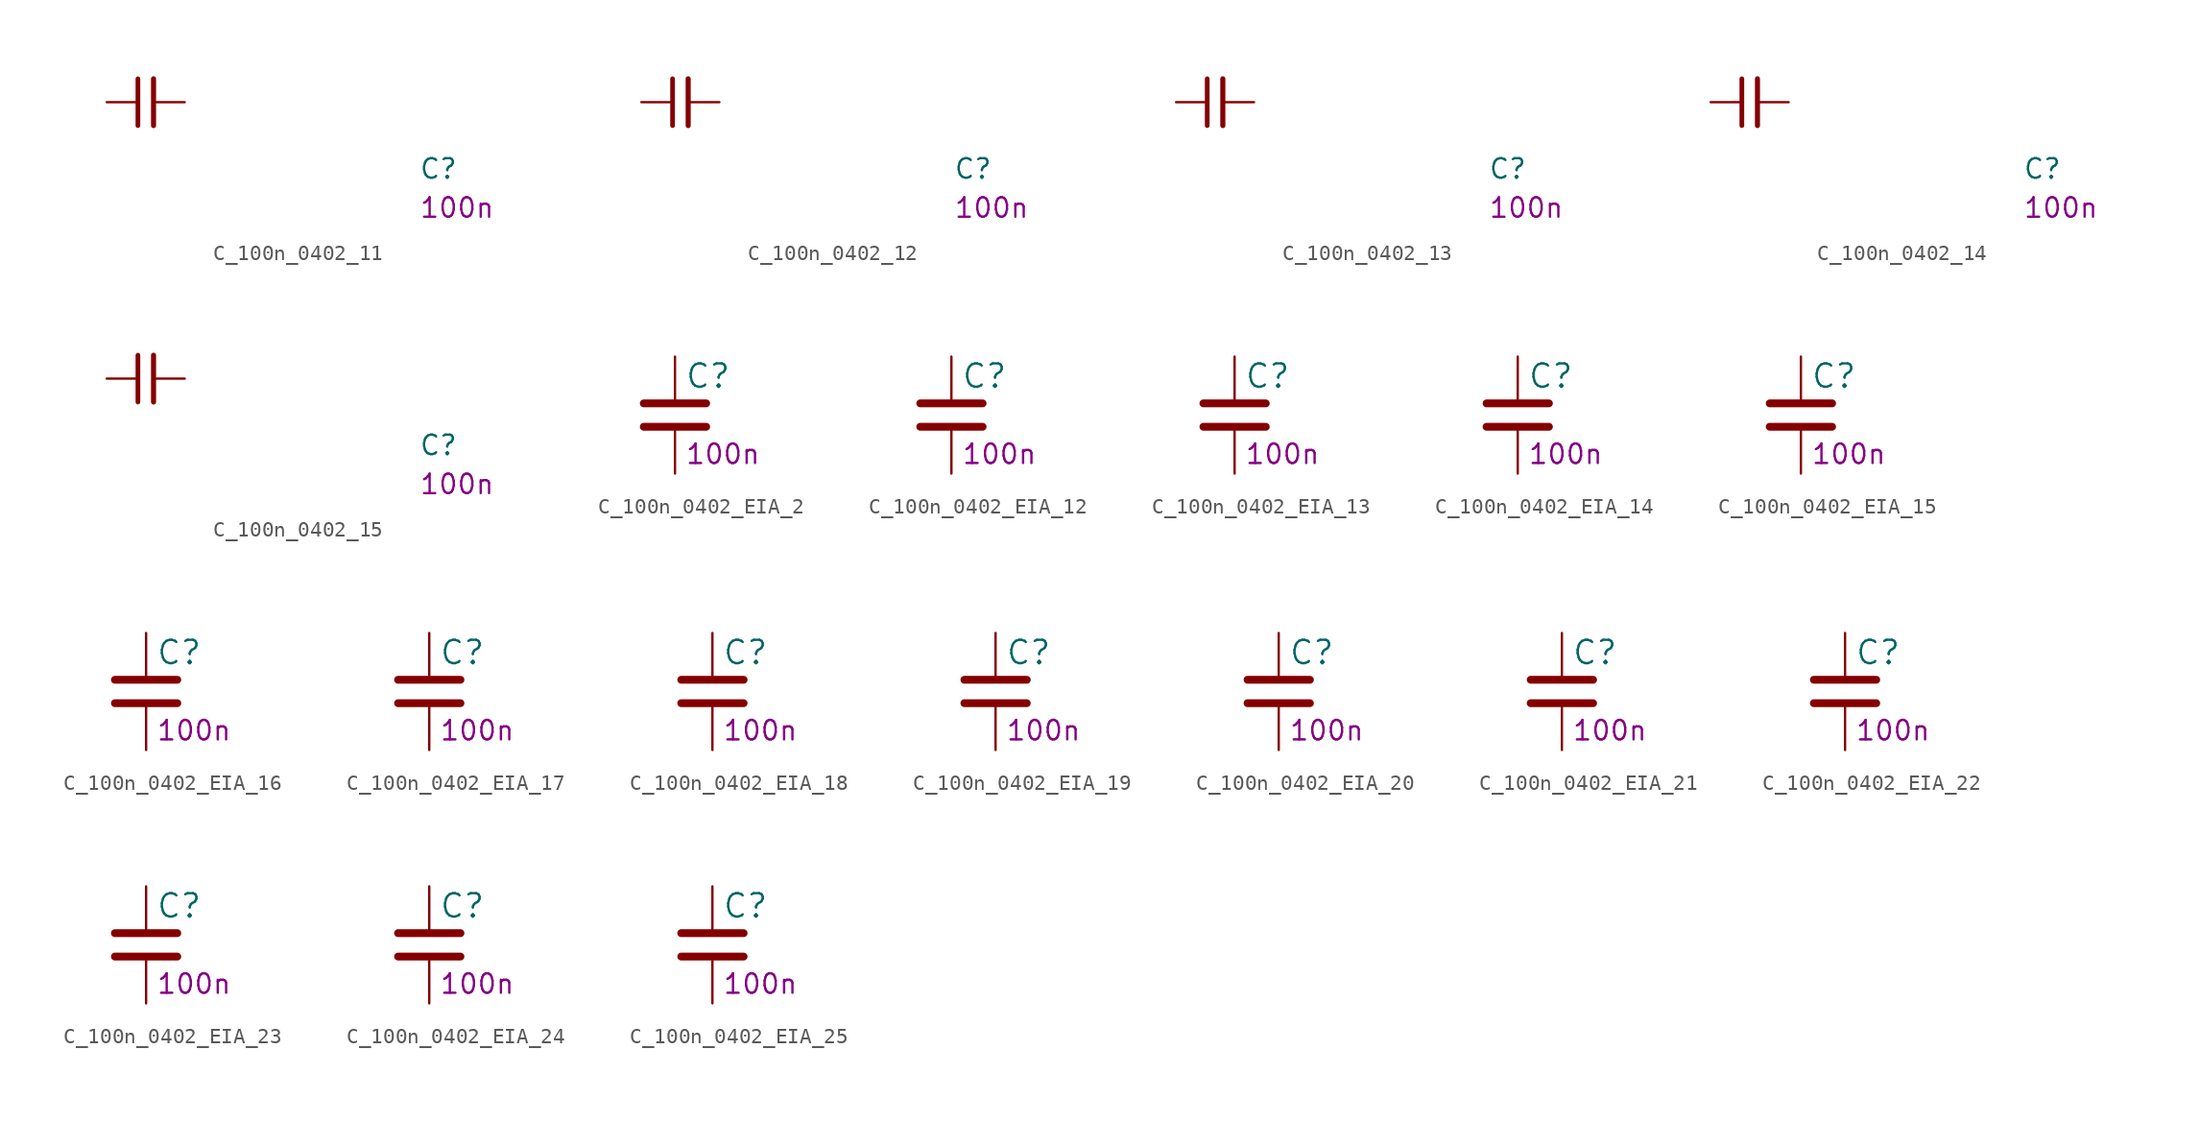
<source format=kicad_sym>
(kicad_symbol_lib
  (version 20211014)
  (generator kicad_symbol_editor)
  (symbol "K410T-devboard:C_100n_0402_11"
    (pin_numbers hide)
    (pin_names hide)
    (property "Reference" "C"
      (at 20.32 -5.08 0)
      (effects (font (size 1.27 1.27) (thickness 0.15)) (justify left bottom)))
    (property "Val" "100n"
      (at 20.32 -7.62 0)
      (effects (font (size 1.27 1.27) (thickness 0.15)) (justify left bottom)))
    (symbol "C_100n_0402_11_0_1"
      (polyline (pts (xy 2.032 -1.524) (xy 2.032 1.524)) (stroke (width 0.305) (type default)) (fill (type none)))
      (polyline (pts (xy 3.048 -1.524) (xy 3.048 1.524)) (stroke (width 0.33) (type default)) (fill (type none))))
    (symbol "C_100n_0402_11_1_1"
      (pin passive line (at 0 0 0) (length 2.032) (name "~" (effects (font (size 1.27 1.27)))) (number "1" (effects (font (size 1.27 1.27)))))
      (pin passive line (at 5.08 0 180) (length 2.032) (name "~" (effects (font (size 1.27 1.27)))) (number "2" (effects (font (size 1.27 1.27)))))))
  (symbol "K410T-devboard:C_100n_0402_12"
    (pin_numbers hide)
    (pin_names hide)
    (property "Reference" "C"
      (at 20.32 -5.08 0)
      (effects (font (size 1.27 1.27) (thickness 0.15)) (justify left bottom)))
    (property "Val" "100n"
      (at 20.32 -7.62 0)
      (effects (font (size 1.27 1.27) (thickness 0.15)) (justify left bottom)))
    (symbol "C_100n_0402_12_0_1"
      (polyline (pts (xy 2.032 -1.524) (xy 2.032 1.524)) (stroke (width 0.305) (type default)) (fill (type none)))
      (polyline (pts (xy 3.048 -1.524) (xy 3.048 1.524)) (stroke (width 0.33) (type default)) (fill (type none))))
    (symbol "C_100n_0402_12_1_1"
      (pin passive line (at 0 0 0) (length 2.032) (name "~" (effects (font (size 1.27 1.27)))) (number "1" (effects (font (size 1.27 1.27)))))
      (pin passive line (at 5.08 0 180) (length 2.032) (name "~" (effects (font (size 1.27 1.27)))) (number "2" (effects (font (size 1.27 1.27)))))))
  (symbol "K410T-devboard:C_100n_0402_13"
    (pin_numbers hide)
    (pin_names hide)
    (property "Reference" "C"
      (at 20.32 -5.08 0)
      (effects (font (size 1.27 1.27) (thickness 0.15)) (justify left bottom)))
    (property "Val" "100n"
      (at 20.32 -7.62 0)
      (effects (font (size 1.27 1.27) (thickness 0.15)) (justify left bottom)))
    (symbol "C_100n_0402_13_0_1"
      (polyline (pts (xy 2.032 -1.524) (xy 2.032 1.524)) (stroke (width 0.305) (type default)) (fill (type none)))
      (polyline (pts (xy 3.048 -1.524) (xy 3.048 1.524)) (stroke (width 0.33) (type default)) (fill (type none))))
    (symbol "C_100n_0402_13_1_1"
      (pin passive line (at 0 0 0) (length 2.032) (name "~" (effects (font (size 1.27 1.27)))) (number "1" (effects (font (size 1.27 1.27)))))
      (pin passive line (at 5.08 0 180) (length 2.032) (name "~" (effects (font (size 1.27 1.27)))) (number "2" (effects (font (size 1.27 1.27)))))))
  (symbol "K410T-devboard:C_100n_0402_14"
    (pin_numbers hide)
    (pin_names hide)
    (property "Reference" "C"
      (at 20.32 -5.08 0)
      (effects (font (size 1.27 1.27) (thickness 0.15)) (justify left bottom)))
    (property "Val" "100n"
      (at 20.32 -7.62 0)
      (effects (font (size 1.27 1.27) (thickness 0.15)) (justify left bottom)))
    (symbol "C_100n_0402_14_0_1"
      (polyline (pts (xy 2.032 -1.524) (xy 2.032 1.524)) (stroke (width 0.305) (type default)) (fill (type none)))
      (polyline (pts (xy 3.048 -1.524) (xy 3.048 1.524)) (stroke (width 0.33) (type default)) (fill (type none))))
    (symbol "C_100n_0402_14_1_1"
      (pin passive line (at 0 0 0) (length 2.032) (name "~" (effects (font (size 1.27 1.27)))) (number "1" (effects (font (size 1.27 1.27)))))
      (pin passive line (at 5.08 0 180) (length 2.032) (name "~" (effects (font (size 1.27 1.27)))) (number "2" (effects (font (size 1.27 1.27)))))))
  (symbol "K410T-devboard:C_100n_0402_15"
    (pin_numbers hide)
    (pin_names hide)
    (property "Reference" "C"
      (at 20.32 -5.08 0)
      (effects (font (size 1.27 1.27) (thickness 0.15)) (justify left bottom)))
    (property "Val" "100n"
      (at 20.32 -7.62 0)
      (effects (font (size 1.27 1.27) (thickness 0.15)) (justify left bottom)))
    (symbol "C_100n_0402_15_0_1"
      (polyline (pts (xy 2.032 -1.524) (xy 2.032 1.524)) (stroke (width 0.305) (type default)) (fill (type none)))
      (polyline (pts (xy 3.048 -1.524) (xy 3.048 1.524)) (stroke (width 0.33) (type default)) (fill (type none))))
    (symbol "C_100n_0402_15_1_1"
      (pin passive line (at 0 0 0) (length 2.032) (name "~" (effects (font (size 1.27 1.27)))) (number "1" (effects (font (size 1.27 1.27)))))
      (pin passive line (at 5.08 0 180) (length 2.032) (name "~" (effects (font (size 1.27 1.27)))) (number "2" (effects (font (size 1.27 1.27)))))))
  (symbol "K410T-devboard:C_100n_0402_EIA_2"
    (pin_names
      (offset 0))
    (property "Reference" "C"
      (at 0.635 2.54 0)
      (effects (font (size 1.524 1.524)) (justify left)))
    (property "Val" "100n"
      (at 0.635 -2.54 0)
      (effects (font (size 1.27 1.27)) (justify left)))
    (symbol "C_100n_0402_EIA_2_1_1"
      (polyline (pts (xy -2.032 -0.762) (xy 2.032 -0.762)) (stroke (width 0.508) (type default)) (fill (type none)))
      (polyline (pts (xy -2.032 0.762) (xy 2.032 0.762)) (stroke (width 0.508) (type default)) (fill (type none)))
      (pin passive line (at 0 3.81 270) (length 2.794) (name "~" (effects (font (size 0 0)))) (number "1" (effects (font (size 0 0)))))
      (pin passive line (at 0 -3.81 90) (length 2.794) (name "~" (effects (font (size 0 0)))) (number "2" (effects (font (size 0 0)))))))
  (symbol "K410T-devboard:C_100n_0402_EIA_12"
    (pin_names
      (offset 0))
    (property "Reference" "C"
      (at 0.635 2.54 0)
      (effects (font (size 1.524 1.524)) (justify left)))
    (property "Val" "100n"
      (at 0.635 -2.54 0)
      (effects (font (size 1.27 1.27)) (justify left)))
    (symbol "C_100n_0402_EIA_12_1_1"
      (polyline (pts (xy -2.032 -0.762) (xy 2.032 -0.762)) (stroke (width 0.508) (type default)) (fill (type none)))
      (polyline (pts (xy -2.032 0.762) (xy 2.032 0.762)) (stroke (width 0.508) (type default)) (fill (type none)))
      (pin passive line (at 0 3.81 270) (length 2.794) (name "~" (effects (font (size 0 0)))) (number "1" (effects (font (size 0 0)))))
      (pin passive line (at 0 -3.81 90) (length 2.794) (name "~" (effects (font (size 0 0)))) (number "2" (effects (font (size 0 0)))))))
  (symbol "K410T-devboard:C_100n_0402_EIA_13"
    (pin_names
      (offset 0))
    (property "Reference" "C"
      (at 0.635 2.54 0)
      (effects (font (size 1.524 1.524)) (justify left)))
    (property "Val" "100n"
      (at 0.635 -2.54 0)
      (effects (font (size 1.27 1.27)) (justify left)))
    (symbol "C_100n_0402_EIA_13_1_1"
      (polyline (pts (xy -2.032 -0.762) (xy 2.032 -0.762)) (stroke (width 0.508) (type default)) (fill (type none)))
      (polyline (pts (xy -2.032 0.762) (xy 2.032 0.762)) (stroke (width 0.508) (type default)) (fill (type none)))
      (pin passive line (at 0 3.81 270) (length 2.794) (name "~" (effects (font (size 0 0)))) (number "1" (effects (font (size 0 0)))))
      (pin passive line (at 0 -3.81 90) (length 2.794) (name "~" (effects (font (size 0 0)))) (number "2" (effects (font (size 0 0)))))))
  (symbol "K410T-devboard:C_100n_0402_EIA_14"
    (pin_names
      (offset 0))
    (property "Reference" "C"
      (at 0.635 2.54 0)
      (effects (font (size 1.524 1.524)) (justify left)))
    (property "Val" "100n"
      (at 0.635 -2.54 0)
      (effects (font (size 1.27 1.27)) (justify left)))
    (symbol "C_100n_0402_EIA_14_1_1"
      (polyline (pts (xy -2.032 -0.762) (xy 2.032 -0.762)) (stroke (width 0.508) (type default)) (fill (type none)))
      (polyline (pts (xy -2.032 0.762) (xy 2.032 0.762)) (stroke (width 0.508) (type default)) (fill (type none)))
      (pin passive line (at 0 3.81 270) (length 2.794) (name "~" (effects (font (size 0 0)))) (number "1" (effects (font (size 0 0)))))
      (pin passive line (at 0 -3.81 90) (length 2.794) (name "~" (effects (font (size 0 0)))) (number "2" (effects (font (size 0 0)))))))
  (symbol "K410T-devboard:C_100n_0402_EIA_15"
    (pin_names
      (offset 0))
    (property "Reference" "C"
      (at 0.635 2.54 0)
      (effects (font (size 1.524 1.524)) (justify left)))
    (property "Val" "100n"
      (at 0.635 -2.54 0)
      (effects (font (size 1.27 1.27)) (justify left)))
    (symbol "C_100n_0402_EIA_15_1_1"
      (polyline (pts (xy -2.032 -0.762) (xy 2.032 -0.762)) (stroke (width 0.508) (type default)) (fill (type none)))
      (polyline (pts (xy -2.032 0.762) (xy 2.032 0.762)) (stroke (width 0.508) (type default)) (fill (type none)))
      (pin passive line (at 0 3.81 270) (length 2.794) (name "~" (effects (font (size 0 0)))) (number "1" (effects (font (size 0 0)))))
      (pin passive line (at 0 -3.81 90) (length 2.794) (name "~" (effects (font (size 0 0)))) (number "2" (effects (font (size 0 0)))))))
  (symbol "K410T-devboard:C_100n_0402_EIA_16"
    (pin_names
      (offset 0))
    (property "Reference" "C"
      (at 0.635 2.54 0)
      (effects (font (size 1.524 1.524)) (justify left)))
    (property "Val" "100n"
      (at 0.635 -2.54 0)
      (effects (font (size 1.27 1.27)) (justify left)))
    (symbol "C_100n_0402_EIA_16_1_1"
      (polyline (pts (xy -2.032 -0.762) (xy 2.032 -0.762)) (stroke (width 0.508) (type default)) (fill (type none)))
      (polyline (pts (xy -2.032 0.762) (xy 2.032 0.762)) (stroke (width 0.508) (type default)) (fill (type none)))
      (pin passive line (at 0 3.81 270) (length 2.794) (name "~" (effects (font (size 0 0)))) (number "1" (effects (font (size 0 0)))))
      (pin passive line (at 0 -3.81 90) (length 2.794) (name "~" (effects (font (size 0 0)))) (number "2" (effects (font (size 0 0)))))))
  (symbol "K410T-devboard:C_100n_0402_EIA_17"
    (pin_names
      (offset 0))
    (property "Reference" "C"
      (at 0.635 2.54 0)
      (effects (font (size 1.524 1.524)) (justify left)))
    (property "Val" "100n"
      (at 0.635 -2.54 0)
      (effects (font (size 1.27 1.27)) (justify left)))
    (symbol "C_100n_0402_EIA_17_1_1"
      (polyline (pts (xy -2.032 -0.762) (xy 2.032 -0.762)) (stroke (width 0.508) (type default)) (fill (type none)))
      (polyline (pts (xy -2.032 0.762) (xy 2.032 0.762)) (stroke (width 0.508) (type default)) (fill (type none)))
      (pin passive line (at 0 3.81 270) (length 2.794) (name "~" (effects (font (size 0 0)))) (number "1" (effects (font (size 0 0)))))
      (pin passive line (at 0 -3.81 90) (length 2.794) (name "~" (effects (font (size 0 0)))) (number "2" (effects (font (size 0 0)))))))
  (symbol "K410T-devboard:C_100n_0402_EIA_18"
    (pin_names
      (offset 0))
    (property "Reference" "C"
      (at 0.635 2.54 0)
      (effects (font (size 1.524 1.524)) (justify left)))
    (property "Val" "100n"
      (at 0.635 -2.54 0)
      (effects (font (size 1.27 1.27)) (justify left)))
    (symbol "C_100n_0402_EIA_18_1_1"
      (polyline (pts (xy -2.032 -0.762) (xy 2.032 -0.762)) (stroke (width 0.508) (type default)) (fill (type none)))
      (polyline (pts (xy -2.032 0.762) (xy 2.032 0.762)) (stroke (width 0.508) (type default)) (fill (type none)))
      (pin passive line (at 0 3.81 270) (length 2.794) (name "~" (effects (font (size 0 0)))) (number "1" (effects (font (size 0 0)))))
      (pin passive line (at 0 -3.81 90) (length 2.794) (name "~" (effects (font (size 0 0)))) (number "2" (effects (font (size 0 0)))))))
  (symbol "K410T-devboard:C_100n_0402_EIA_19"
    (pin_names
      (offset 0))
    (property "Reference" "C"
      (at 0.635 2.54 0)
      (effects (font (size 1.524 1.524)) (justify left)))
    (property "Val" "100n"
      (at 0.635 -2.54 0)
      (effects (font (size 1.27 1.27)) (justify left)))
    (symbol "C_100n_0402_EIA_19_1_1"
      (polyline (pts (xy -2.032 -0.762) (xy 2.032 -0.762)) (stroke (width 0.508) (type default)) (fill (type none)))
      (polyline (pts (xy -2.032 0.762) (xy 2.032 0.762)) (stroke (width 0.508) (type default)) (fill (type none)))
      (pin passive line (at 0 3.81 270) (length 2.794) (name "~" (effects (font (size 0 0)))) (number "1" (effects (font (size 0 0)))))
      (pin passive line (at 0 -3.81 90) (length 2.794) (name "~" (effects (font (size 0 0)))) (number "2" (effects (font (size 0 0)))))))
  (symbol "K410T-devboard:C_100n_0402_EIA_20"
    (pin_names
      (offset 0))
    (property "Reference" "C"
      (at 0.635 2.54 0)
      (effects (font (size 1.524 1.524)) (justify left)))
    (property "Val" "100n"
      (at 0.635 -2.54 0)
      (effects (font (size 1.27 1.27)) (justify left)))
    (symbol "C_100n_0402_EIA_20_1_1"
      (polyline (pts (xy -2.032 -0.762) (xy 2.032 -0.762)) (stroke (width 0.508) (type default)) (fill (type none)))
      (polyline (pts (xy -2.032 0.762) (xy 2.032 0.762)) (stroke (width 0.508) (type default)) (fill (type none)))
      (pin passive line (at 0 3.81 270) (length 2.794) (name "~" (effects (font (size 0 0)))) (number "1" (effects (font (size 0 0)))))
      (pin passive line (at 0 -3.81 90) (length 2.794) (name "~" (effects (font (size 0 0)))) (number "2" (effects (font (size 0 0)))))))
  (symbol "K410T-devboard:C_100n_0402_EIA_21"
    (pin_names
      (offset 0))
    (property "Reference" "C"
      (at 0.635 2.54 0)
      (effects (font (size 1.524 1.524)) (justify left)))
    (property "Val" "100n"
      (at 0.635 -2.54 0)
      (effects (font (size 1.27 1.27)) (justify left)))
    (symbol "C_100n_0402_EIA_21_1_1"
      (polyline (pts (xy -2.032 -0.762) (xy 2.032 -0.762)) (stroke (width 0.508) (type default)) (fill (type none)))
      (polyline (pts (xy -2.032 0.762) (xy 2.032 0.762)) (stroke (width 0.508) (type default)) (fill (type none)))
      (pin passive line (at 0 3.81 270) (length 2.794) (name "~" (effects (font (size 0 0)))) (number "1" (effects (font (size 0 0)))))
      (pin passive line (at 0 -3.81 90) (length 2.794) (name "~" (effects (font (size 0 0)))) (number "2" (effects (font (size 0 0)))))))
  (symbol "K410T-devboard:C_100n_0402_EIA_22"
    (pin_names
      (offset 0))
    (property "Reference" "C"
      (at 0.635 2.54 0)
      (effects (font (size 1.524 1.524)) (justify left)))
    (property "Val" "100n"
      (at 0.635 -2.54 0)
      (effects (font (size 1.27 1.27)) (justify left)))
    (symbol "C_100n_0402_EIA_22_1_1"
      (polyline (pts (xy -2.032 -0.762) (xy 2.032 -0.762)) (stroke (width 0.508) (type default)) (fill (type none)))
      (polyline (pts (xy -2.032 0.762) (xy 2.032 0.762)) (stroke (width 0.508) (type default)) (fill (type none)))
      (pin passive line (at 0 3.81 270) (length 2.794) (name "~" (effects (font (size 0 0)))) (number "1" (effects (font (size 0 0)))))
      (pin passive line (at 0 -3.81 90) (length 2.794) (name "~" (effects (font (size 0 0)))) (number "2" (effects (font (size 0 0)))))))
  (symbol "K410T-devboard:C_100n_0402_EIA_23"
    (pin_names
      (offset 0))
    (property "Reference" "C"
      (at 0.635 2.54 0)
      (effects (font (size 1.524 1.524)) (justify left)))
    (property "Val" "100n"
      (at 0.635 -2.54 0)
      (effects (font (size 1.27 1.27)) (justify left)))
    (symbol "C_100n_0402_EIA_23_1_1"
      (polyline (pts (xy -2.032 -0.762) (xy 2.032 -0.762)) (stroke (width 0.508) (type default)) (fill (type none)))
      (polyline (pts (xy -2.032 0.762) (xy 2.032 0.762)) (stroke (width 0.508) (type default)) (fill (type none)))
      (pin passive line (at 0 3.81 270) (length 2.794) (name "~" (effects (font (size 0 0)))) (number "1" (effects (font (size 0 0)))))
      (pin passive line (at 0 -3.81 90) (length 2.794) (name "~" (effects (font (size 0 0)))) (number "2" (effects (font (size 0 0)))))))
  (symbol "K410T-devboard:C_100n_0402_EIA_24"
    (pin_names
      (offset 0))
    (property "Reference" "C"
      (at 0.635 2.54 0)
      (effects (font (size 1.524 1.524)) (justify left)))
    (property "Val" "100n"
      (at 0.635 -2.54 0)
      (effects (font (size 1.27 1.27)) (justify left)))
    (symbol "C_100n_0402_EIA_24_1_1"
      (polyline (pts (xy -2.032 -0.762) (xy 2.032 -0.762)) (stroke (width 0.508) (type default)) (fill (type none)))
      (polyline (pts (xy -2.032 0.762) (xy 2.032 0.762)) (stroke (width 0.508) (type default)) (fill (type none)))
      (pin passive line (at 0 3.81 270) (length 2.794) (name "~" (effects (font (size 0 0)))) (number "1" (effects (font (size 0 0)))))
      (pin passive line (at 0 -3.81 90) (length 2.794) (name "~" (effects (font (size 0 0)))) (number "2" (effects (font (size 0 0)))))))
  (symbol "K410T-devboard:C_100n_0402_EIA_25"
    (pin_names
      (offset 0))
    (property "Reference" "C"
      (at 0.635 2.54 0)
      (effects (font (size 1.524 1.524)) (justify left)))
    (property "Val" "100n"
      (at 0.635 -2.54 0)
      (effects (font (size 1.27 1.27)) (justify left)))
    (symbol "C_100n_0402_EIA_25_1_1"
      (polyline (pts (xy -2.032 -0.762) (xy 2.032 -0.762)) (stroke (width 0.508) (type default)) (fill (type none)))
      (polyline (pts (xy -2.032 0.762) (xy 2.032 0.762)) (stroke (width 0.508) (type default)) (fill (type none)))
      (pin passive line (at 0 3.81 270) (length 2.794) (name "~" (effects (font (size 0 0)))) (number "1" (effects (font (size 0 0)))))
      (pin passive line (at 0 -3.81 90) (length 2.794) (name "~" (effects (font (size 0 0)))) (number "2" (effects (font (size 0 0))))))))
</source>
